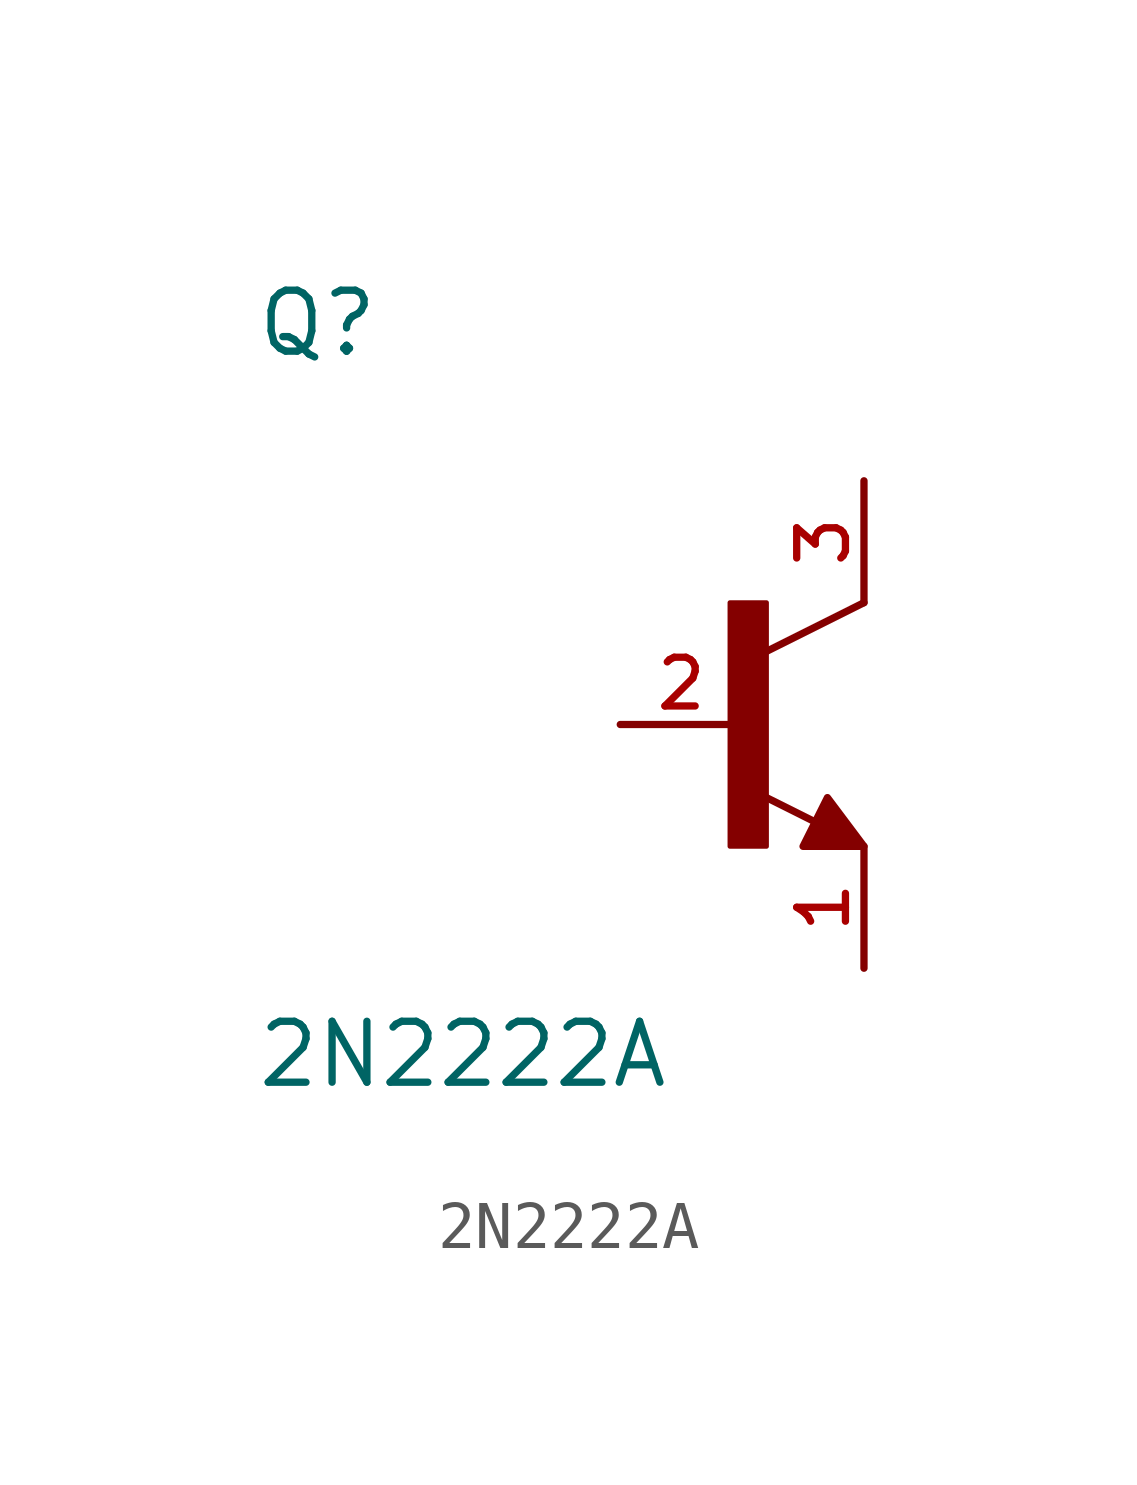
<source format=kicad_sym>
(kicad_symbol_lib
  (version 20211014)
  (generator kicad_symbol_editor)
  (symbol "2N2222A"
    (pin_names
      (offset 1.016))
    (property "Reference" "Q"
      (at -10.16 7.62 0)
      (effects (font (size 1.27 1.27)) (justify bottom left)))
    (property "Value" "2N2222A"
      (at -10.16 -7.62 0)
      (effects (font (size 1.27 1.27)) (justify bottom left)))
    (symbol "2N2222A_0_0"
      (polyline (pts (xy 2.54 2.54) (xy 0.508 1.524)) (stroke (width 0.152)))
      (polyline (pts (xy 1.54 -2.04) (xy 0.308 -1.424)) (stroke (width 0.152)))
      (rectangle (start -0.254 -2.54) (end 0.508 2.54) (stroke (width 0.1)) (fill (type outline)))
      (polyline (pts (xy 1.27 -2.54) (xy 1.778 -1.524) (xy 2.54 -2.54) (xy 1.27 -2.54)) (stroke (width 0.152)) (fill (type outline)))
      (pin passive line (at -2.54 0.0 0) (length 2.54) (name "~" (effects (font (size 1.016 1.016)))) (number "2" (effects (font (size 1.016 1.016)))))
      (pin passive line (at 2.54 -5.08 90.0) (length 2.54) (name "~" (effects (font (size 1.016 1.016)))) (number "1" (effects (font (size 1.016 1.016)))))
      (pin passive line (at 2.54 5.08 270.0) (length 2.54) (name "~" (effects (font (size 1.016 1.016)))) (number "3" (effects (font (size 1.016 1.016))))))))
</source>
